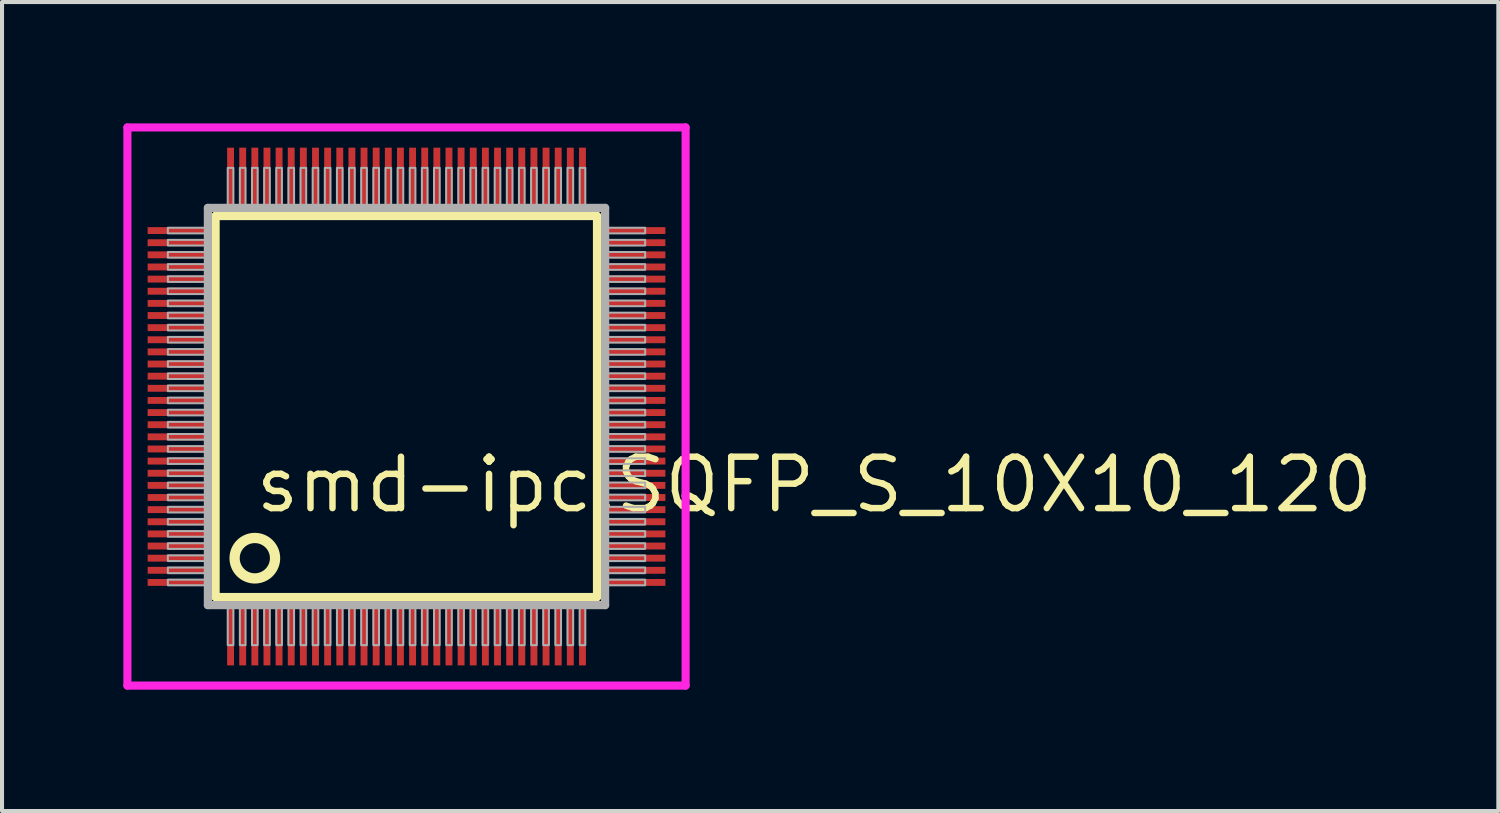
<source format=kicad_pcb>
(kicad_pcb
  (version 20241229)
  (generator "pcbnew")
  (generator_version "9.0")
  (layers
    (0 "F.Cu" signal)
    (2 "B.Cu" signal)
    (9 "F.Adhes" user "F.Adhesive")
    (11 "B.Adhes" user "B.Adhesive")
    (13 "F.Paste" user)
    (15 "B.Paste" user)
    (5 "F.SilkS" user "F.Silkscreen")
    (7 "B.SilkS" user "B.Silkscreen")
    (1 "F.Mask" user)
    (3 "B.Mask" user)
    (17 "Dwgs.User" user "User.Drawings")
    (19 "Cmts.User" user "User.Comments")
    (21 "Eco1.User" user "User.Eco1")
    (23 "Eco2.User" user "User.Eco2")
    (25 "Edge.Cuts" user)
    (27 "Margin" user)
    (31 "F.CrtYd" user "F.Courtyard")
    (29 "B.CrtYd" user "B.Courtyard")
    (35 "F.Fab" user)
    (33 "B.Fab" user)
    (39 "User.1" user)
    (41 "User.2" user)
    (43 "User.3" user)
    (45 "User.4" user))
  (footprint "smd-ipc.SQFP_S_10X10_120"
    (layer "F.Cu")
    (at 7 7)
    (property "Reference" "smd-ipc.SQFP_S_10X10_120" (at -3.81 2.675 0) (layer "F.SilkS") (effects (font (size 1.27 1.27) (thickness 0.16)) (justify left bottom)))
    (attr smd)
    (fp_line (start -4.72 -4.71) (end 4.71 -4.71) (stroke (width 0.203) (type default)) (layer "F.SilkS"))
    (fp_line (start -4.72 4.71) (end -4.72 -4.71) (stroke (width 0.203) (type default)) (layer "F.SilkS"))
    (fp_line (start 4.71 -4.71) (end 4.71 4.71) (stroke (width 0.203) (type default)) (layer "F.SilkS"))
    (fp_line (start 4.71 4.71) (end -4.72 4.71) (stroke (width 0.203) (type default)) (layer "F.SilkS"))
    (fp_circle (center -3.75 3.75) (end -3.25 3.75) (stroke (width 0.254) (type default)) (fill no) (layer "F.SilkS"))
    (fp_line (start -6.9 -6.9) (end 6.9 -6.9) (stroke (width 0.2) (type default)) (layer "F.CrtYd"))
    (fp_line (start -6.9 6.9) (end -6.9 -6.9) (stroke (width 0.2) (type default)) (layer "F.CrtYd"))
    (fp_line (start 6.9 -6.9) (end 6.9 6.9) (stroke (width 0.2) (type default)) (layer "F.CrtYd"))
    (fp_line (start 6.9 6.9) (end -6.9 6.9) (stroke (width 0.2) (type default)) (layer "F.CrtYd"))
    (fp_line (start -4.91 -4.91) (end -4.91 4.91) (stroke (width 0.203) (type default)) (layer "F.Fab"))
    (fp_line (start -4.91 4.91) (end 4.91 4.91) (stroke (width 0.203) (type default)) (layer "F.Fab"))
    (fp_line (start 4.91 -4.91) (end -4.91 -4.91) (stroke (width 0.203) (type default)) (layer "F.Fab"))
    (fp_line (start 4.91 4.91) (end 4.91 -4.91) (stroke (width 0.203) (type default)) (layer "F.Fab"))
    (fp_rect (start -5.9 -4.28) (end -4.95 -4.42) (stroke (width 0.05) (type default)) (fill no) (layer "F.Fab"))
    (fp_rect (start -5.9 -3.98) (end -4.95 -4.12) (stroke (width 0.05) (type default)) (fill no) (layer "F.Fab"))
    (fp_rect (start -5.9 -3.68) (end -4.95 -3.82) (stroke (width 0.05) (type default)) (fill no) (layer "F.Fab"))
    (fp_rect (start -5.9 -3.38) (end -4.95 -3.52) (stroke (width 0.05) (type default)) (fill no) (layer "F.Fab"))
    (fp_rect (start -5.9 -3.08) (end -4.95 -3.22) (stroke (width 0.05) (type default)) (fill no) (layer "F.Fab"))
    (fp_rect (start -5.9 -2.78) (end -4.95 -2.92) (stroke (width 0.05) (type default)) (fill no) (layer "F.Fab"))
    (fp_rect (start -5.9 -2.48) (end -4.95 -2.62) (stroke (width 0.05) (type default)) (fill no) (layer "F.Fab"))
    (fp_rect (start -5.9 -2.18) (end -4.95 -2.32) (stroke (width 0.05) (type default)) (fill no) (layer "F.Fab"))
    (fp_rect (start -5.9 -1.88) (end -4.95 -2.02) (stroke (width 0.05) (type default)) (fill no) (layer "F.Fab"))
    (fp_rect (start -5.9 -1.58) (end -4.95 -1.72) (stroke (width 0.05) (type default)) (fill no) (layer "F.Fab"))
    (fp_rect (start -5.9 -1.28) (end -4.95 -1.42) (stroke (width 0.05) (type default)) (fill no) (layer "F.Fab"))
    (fp_rect (start -5.9 -0.98) (end -4.95 -1.12) (stroke (width 0.05) (type default)) (fill no) (layer "F.Fab"))
    (fp_rect (start -5.9 -0.68) (end -4.95 -0.82) (stroke (width 0.05) (type default)) (fill no) (layer "F.Fab"))
    (fp_rect (start -5.9 -0.38) (end -4.95 -0.52) (stroke (width 0.05) (type default)) (fill no) (layer "F.Fab"))
    (fp_rect (start -5.9 -0.08) (end -4.95 -0.22) (stroke (width 0.05) (type default)) (fill no) (layer "F.Fab"))
    (fp_rect (start -5.9 0.22) (end -4.95 0.08) (stroke (width 0.05) (type default)) (fill no) (layer "F.Fab"))
    (fp_rect (start -5.9 0.52) (end -4.95 0.38) (stroke (width 0.05) (type default)) (fill no) (layer "F.Fab"))
    (fp_rect (start -5.9 0.82) (end -4.95 0.68) (stroke (width 0.05) (type default)) (fill no) (layer "F.Fab"))
    (fp_rect (start -5.9 1.12) (end -4.95 0.98) (stroke (width 0.05) (type default)) (fill no) (layer "F.Fab"))
    (fp_rect (start -5.9 1.42) (end -4.95 1.28) (stroke (width 0.05) (type default)) (fill no) (layer "F.Fab"))
    (fp_rect (start -5.9 1.72) (end -4.95 1.58) (stroke (width 0.05) (type default)) (fill no) (layer "F.Fab"))
    (fp_rect (start -5.9 2.02) (end -4.95 1.88) (stroke (width 0.05) (type default)) (fill no) (layer "F.Fab"))
    (fp_rect (start -5.9 2.32) (end -4.95 2.18) (stroke (width 0.05) (type default)) (fill no) (layer "F.Fab"))
    (fp_rect (start -5.9 2.62) (end -4.95 2.48) (stroke (width 0.05) (type default)) (fill no) (layer "F.Fab"))
    (fp_rect (start -5.9 2.92) (end -4.95 2.78) (stroke (width 0.05) (type default)) (fill no) (layer "F.Fab"))
    (fp_rect (start -5.9 3.22) (end -4.95 3.08) (stroke (width 0.05) (type default)) (fill no) (layer "F.Fab"))
    (fp_rect (start -5.9 3.52) (end -4.95 3.38) (stroke (width 0.05) (type default)) (fill no) (layer "F.Fab"))
    (fp_rect (start -5.9 3.82) (end -4.95 3.68) (stroke (width 0.05) (type default)) (fill no) (layer "F.Fab"))
    (fp_rect (start -5.9 4.12) (end -4.95 3.98) (stroke (width 0.05) (type default)) (fill no) (layer "F.Fab"))
    (fp_rect (start -5.9 4.42) (end -4.95 4.28) (stroke (width 0.05) (type default)) (fill no) (layer "F.Fab"))
    (fp_rect (start -4.42 -4.95) (end -4.28 -5.9) (stroke (width 0.05) (type default)) (fill no) (layer "F.Fab"))
    (fp_rect (start -4.42 5.9) (end -4.28 4.95) (stroke (width 0.05) (type default)) (fill no) (layer "F.Fab"))
    (fp_rect (start -4.12 -4.95) (end -3.98 -5.9) (stroke (width 0.05) (type default)) (fill no) (layer "F.Fab"))
    (fp_rect (start -4.12 5.9) (end -3.98 4.95) (stroke (width 0.05) (type default)) (fill no) (layer "F.Fab"))
    (fp_rect (start -3.82 -4.95) (end -3.68 -5.9) (stroke (width 0.05) (type default)) (fill no) (layer "F.Fab"))
    (fp_rect (start -3.82 5.9) (end -3.68 4.95) (stroke (width 0.05) (type default)) (fill no) (layer "F.Fab"))
    (fp_rect (start -3.52 -4.95) (end -3.38 -5.9) (stroke (width 0.05) (type default)) (fill no) (layer "F.Fab"))
    (fp_rect (start -3.52 5.9) (end -3.38 4.95) (stroke (width 0.05) (type default)) (fill no) (layer "F.Fab"))
    (fp_rect (start -3.22 -4.95) (end -3.08 -5.9) (stroke (width 0.05) (type default)) (fill no) (layer "F.Fab"))
    (fp_rect (start -3.22 5.9) (end -3.08 4.95) (stroke (width 0.05) (type default)) (fill no) (layer "F.Fab"))
    (fp_rect (start -2.92 -4.95) (end -2.78 -5.9) (stroke (width 0.05) (type default)) (fill no) (layer "F.Fab"))
    (fp_rect (start -2.92 5.9) (end -2.78 4.95) (stroke (width 0.05) (type default)) (fill no) (layer "F.Fab"))
    (fp_rect (start -2.62 -4.95) (end -2.48 -5.9) (stroke (width 0.05) (type default)) (fill no) (layer "F.Fab"))
    (fp_rect (start -2.62 5.9) (end -2.48 4.95) (stroke (width 0.05) (type default)) (fill no) (layer "F.Fab"))
    (fp_rect (start -2.32 -4.95) (end -2.18 -5.9) (stroke (width 0.05) (type default)) (fill no) (layer "F.Fab"))
    (fp_rect (start -2.32 5.9) (end -2.18 4.95) (stroke (width 0.05) (type default)) (fill no) (layer "F.Fab"))
    (fp_rect (start -2.02 -4.95) (end -1.88 -5.9) (stroke (width 0.05) (type default)) (fill no) (layer "F.Fab"))
    (fp_rect (start -2.02 5.9) (end -1.88 4.95) (stroke (width 0.05) (type default)) (fill no) (layer "F.Fab"))
    (fp_rect (start -1.72 -4.95) (end -1.58 -5.9) (stroke (width 0.05) (type default)) (fill no) (layer "F.Fab"))
    (fp_rect (start -1.72 5.9) (end -1.58 4.95) (stroke (width 0.05) (type default)) (fill no) (layer "F.Fab"))
    (fp_rect (start -1.42 -4.95) (end -1.28 -5.9) (stroke (width 0.05) (type default)) (fill no) (layer "F.Fab"))
    (fp_rect (start -1.42 5.9) (end -1.28 4.95) (stroke (width 0.05) (type default)) (fill no) (layer "F.Fab"))
    (fp_rect (start -1.12 -4.95) (end -0.98 -5.9) (stroke (width 0.05) (type default)) (fill no) (layer "F.Fab"))
    (fp_rect (start -1.12 5.9) (end -0.98 4.95) (stroke (width 0.05) (type default)) (fill no) (layer "F.Fab"))
    (fp_rect (start -0.82 -4.95) (end -0.68 -5.9) (stroke (width 0.05) (type default)) (fill no) (layer "F.Fab"))
    (fp_rect (start -0.82 5.9) (end -0.68 4.95) (stroke (width 0.05) (type default)) (fill no) (layer "F.Fab"))
    (fp_rect (start -0.52 -4.95) (end -0.38 -5.9) (stroke (width 0.05) (type default)) (fill no) (layer "F.Fab"))
    (fp_rect (start -0.52 5.9) (end -0.38 4.95) (stroke (width 0.05) (type default)) (fill no) (layer "F.Fab"))
    (fp_rect (start -0.22 -4.95) (end -0.08 -5.9) (stroke (width 0.05) (type default)) (fill no) (layer "F.Fab"))
    (fp_rect (start -0.22 5.9) (end -0.08 4.95) (stroke (width 0.05) (type default)) (fill no) (layer "F.Fab"))
    (fp_rect (start 0.08 -4.95) (end 0.22 -5.9) (stroke (width 0.05) (type default)) (fill no) (layer "F.Fab"))
    (fp_rect (start 0.08 5.9) (end 0.22 4.95) (stroke (width 0.05) (type default)) (fill no) (layer "F.Fab"))
    (fp_rect (start 0.38 -4.95) (end 0.52 -5.9) (stroke (width 0.05) (type default)) (fill no) (layer "F.Fab"))
    (fp_rect (start 0.38 5.9) (end 0.52 4.95) (stroke (width 0.05) (type default)) (fill no) (layer "F.Fab"))
    (fp_rect (start 0.68 -4.95) (end 0.82 -5.9) (stroke (width 0.05) (type default)) (fill no) (layer "F.Fab"))
    (fp_rect (start 0.68 5.9) (end 0.82 4.95) (stroke (width 0.05) (type default)) (fill no) (layer "F.Fab"))
    (fp_rect (start 0.98 -4.95) (end 1.12 -5.9) (stroke (width 0.05) (type default)) (fill no) (layer "F.Fab"))
    (fp_rect (start 0.98 5.9) (end 1.12 4.95) (stroke (width 0.05) (type default)) (fill no) (layer "F.Fab"))
    (fp_rect (start 1.28 -4.95) (end 1.42 -5.9) (stroke (width 0.05) (type default)) (fill no) (layer "F.Fab"))
    (fp_rect (start 1.28 5.9) (end 1.42 4.95) (stroke (width 0.05) (type default)) (fill no) (layer "F.Fab"))
    (fp_rect (start 1.58 -4.95) (end 1.72 -5.9) (stroke (width 0.05) (type default)) (fill no) (layer "F.Fab"))
    (fp_rect (start 1.58 5.9) (end 1.72 4.95) (stroke (width 0.05) (type default)) (fill no) (layer "F.Fab"))
    (fp_rect (start 1.88 -4.95) (end 2.02 -5.9) (stroke (width 0.05) (type default)) (fill no) (layer "F.Fab"))
    (fp_rect (start 1.88 5.9) (end 2.02 4.95) (stroke (width 0.05) (type default)) (fill no) (layer "F.Fab"))
    (fp_rect (start 2.18 -4.95) (end 2.32 -5.9) (stroke (width 0.05) (type default)) (fill no) (layer "F.Fab"))
    (fp_rect (start 2.18 5.9) (end 2.32 4.95) (stroke (width 0.05) (type default)) (fill no) (layer "F.Fab"))
    (fp_rect (start 2.48 -4.95) (end 2.62 -5.9) (stroke (width 0.05) (type default)) (fill no) (layer "F.Fab"))
    (fp_rect (start 2.48 5.9) (end 2.62 4.95) (stroke (width 0.05) (type default)) (fill no) (layer "F.Fab"))
    (fp_rect (start 2.78 -4.95) (end 2.92 -5.9) (stroke (width 0.05) (type default)) (fill no) (layer "F.Fab"))
    (fp_rect (start 2.78 5.9) (end 2.92 4.95) (stroke (width 0.05) (type default)) (fill no) (layer "F.Fab"))
    (fp_rect (start 3.08 -4.95) (end 3.22 -5.9) (stroke (width 0.05) (type default)) (fill no) (layer "F.Fab"))
    (fp_rect (start 3.08 5.9) (end 3.22 4.95) (stroke (width 0.05) (type default)) (fill no) (layer "F.Fab"))
    (fp_rect (start 3.38 -4.95) (end 3.52 -5.9) (stroke (width 0.05) (type default)) (fill no) (layer "F.Fab"))
    (fp_rect (start 3.38 5.9) (end 3.52 4.95) (stroke (width 0.05) (type default)) (fill no) (layer "F.Fab"))
    (fp_rect (start 3.68 -4.95) (end 3.82 -5.9) (stroke (width 0.05) (type default)) (fill no) (layer "F.Fab"))
    (fp_rect (start 3.68 5.9) (end 3.82 4.95) (stroke (width 0.05) (type default)) (fill no) (layer "F.Fab"))
    (fp_rect (start 3.98 -4.95) (end 4.12 -5.9) (stroke (width 0.05) (type default)) (fill no) (layer "F.Fab"))
    (fp_rect (start 3.98 5.9) (end 4.12 4.95) (stroke (width 0.05) (type default)) (fill no) (layer "F.Fab"))
    (fp_rect (start 4.28 -4.95) (end 4.42 -5.9) (stroke (width 0.05) (type default)) (fill no) (layer "F.Fab"))
    (fp_rect (start 4.28 5.9) (end 4.42 4.95) (stroke (width 0.05) (type default)) (fill no) (layer "F.Fab"))
    (fp_rect (start 4.95 -4.28) (end 5.9 -4.42) (stroke (width 0.05) (type default)) (fill no) (layer "F.Fab"))
    (fp_rect (start 4.95 -3.98) (end 5.9 -4.12) (stroke (width 0.05) (type default)) (fill no) (layer "F.Fab"))
    (fp_rect (start 4.95 -3.68) (end 5.9 -3.82) (stroke (width 0.05) (type default)) (fill no) (layer "F.Fab"))
    (fp_rect (start 4.95 -3.38) (end 5.9 -3.52) (stroke (width 0.05) (type default)) (fill no) (layer "F.Fab"))
    (fp_rect (start 4.95 -3.08) (end 5.9 -3.22) (stroke (width 0.05) (type default)) (fill no) (layer "F.Fab"))
    (fp_rect (start 4.95 -2.78) (end 5.9 -2.92) (stroke (width 0.05) (type default)) (fill no) (layer "F.Fab"))
    (fp_rect (start 4.95 -2.48) (end 5.9 -2.62) (stroke (width 0.05) (type default)) (fill no) (layer "F.Fab"))
    (fp_rect (start 4.95 -2.18) (end 5.9 -2.32) (stroke (width 0.05) (type default)) (fill no) (layer "F.Fab"))
    (fp_rect (start 4.95 -1.88) (end 5.9 -2.02) (stroke (width 0.05) (type default)) (fill no) (layer "F.Fab"))
    (fp_rect (start 4.95 -1.58) (end 5.9 -1.72) (stroke (width 0.05) (type default)) (fill no) (layer "F.Fab"))
    (fp_rect (start 4.95 -1.28) (end 5.9 -1.42) (stroke (width 0.05) (type default)) (fill no) (layer "F.Fab"))
    (fp_rect (start 4.95 -0.98) (end 5.9 -1.12) (stroke (width 0.05) (type default)) (fill no) (layer "F.Fab"))
    (fp_rect (start 4.95 -0.68) (end 5.9 -0.82) (stroke (width 0.05) (type default)) (fill no) (layer "F.Fab"))
    (fp_rect (start 4.95 -0.38) (end 5.9 -0.52) (stroke (width 0.05) (type default)) (fill no) (layer "F.Fab"))
    (fp_rect (start 4.95 -0.08) (end 5.9 -0.22) (stroke (width 0.05) (type default)) (fill no) (layer "F.Fab"))
    (fp_rect (start 4.95 0.22) (end 5.9 0.08) (stroke (width 0.05) (type default)) (fill no) (layer "F.Fab"))
    (fp_rect (start 4.95 0.52) (end 5.9 0.38) (stroke (width 0.05) (type default)) (fill no) (layer "F.Fab"))
    (fp_rect (start 4.95 0.82) (end 5.9 0.68) (stroke (width 0.05) (type default)) (fill no) (layer "F.Fab"))
    (fp_rect (start 4.95 1.12) (end 5.9 0.98) (stroke (width 0.05) (type default)) (fill no) (layer "F.Fab"))
    (fp_rect (start 4.95 1.42) (end 5.9 1.28) (stroke (width 0.05) (type default)) (fill no) (layer "F.Fab"))
    (fp_rect (start 4.95 1.72) (end 5.9 1.58) (stroke (width 0.05) (type default)) (fill no) (layer "F.Fab"))
    (fp_rect (start 4.95 2.02) (end 5.9 1.88) (stroke (width 0.05) (type default)) (fill no) (layer "F.Fab"))
    (fp_rect (start 4.95 2.32) (end 5.9 2.18) (stroke (width 0.05) (type default)) (fill no) (layer "F.Fab"))
    (fp_rect (start 4.95 2.62) (end 5.9 2.48) (stroke (width 0.05) (type default)) (fill no) (layer "F.Fab"))
    (fp_rect (start 4.95 2.92) (end 5.9 2.78) (stroke (width 0.05) (type default)) (fill no) (layer "F.Fab"))
    (fp_rect (start 4.95 3.22) (end 5.9 3.08) (stroke (width 0.05) (type default)) (fill no) (layer "F.Fab"))
    (fp_rect (start 4.95 3.52) (end 5.9 3.38) (stroke (width 0.05) (type default)) (fill no) (layer "F.Fab"))
    (fp_rect (start 4.95 3.82) (end 5.9 3.68) (stroke (width 0.05) (type default)) (fill no) (layer "F.Fab"))
    (fp_rect (start 4.95 4.12) (end 5.9 3.98) (stroke (width 0.05) (type default)) (fill no) (layer "F.Fab"))
    (fp_rect (start 4.95 4.42) (end 5.9 4.28) (stroke (width 0.05) (type default)) (fill no) (layer "F.Fab"))
    (pad "1" smd roundrect (at -4.35 5.6) (size 0.17 1.6) (layers "F.Cu" "F.Mask" "F.Paste") (roundrect_rratio 0.01))
    (pad "2" smd roundrect (at -4.05 5.6) (size 0.17 1.6) (layers "F.Cu" "F.Mask" "F.Paste") (roundrect_rratio 0.01))
    (pad "3" smd roundrect (at -3.75 5.6) (size 0.17 1.6) (layers "F.Cu" "F.Mask" "F.Paste") (roundrect_rratio 0.01))
    (pad "4" smd roundrect (at -3.45 5.6) (size 0.17 1.6) (layers "F.Cu" "F.Mask" "F.Paste") (roundrect_rratio 0.01))
    (pad "5" smd roundrect (at -3.15 5.6) (size 0.17 1.6) (layers "F.Cu" "F.Mask" "F.Paste") (roundrect_rratio 0.01))
    (pad "6" smd roundrect (at -2.85 5.6) (size 0.17 1.6) (layers "F.Cu" "F.Mask" "F.Paste") (roundrect_rratio 0.01))
    (pad "7" smd roundrect (at -2.55 5.6) (size 0.17 1.6) (layers "F.Cu" "F.Mask" "F.Paste") (roundrect_rratio 0.01))
    (pad "8" smd roundrect (at -2.25 5.6) (size 0.17 1.6) (layers "F.Cu" "F.Mask" "F.Paste") (roundrect_rratio 0.01))
    (pad "9" smd roundrect (at -1.95 5.6) (size 0.17 1.6) (layers "F.Cu" "F.Mask" "F.Paste") (roundrect_rratio 0.01))
    (pad "10" smd roundrect (at -1.65 5.6) (size 0.17 1.6) (layers "F.Cu" "F.Mask" "F.Paste") (roundrect_rratio 0.01))
    (pad "11" smd roundrect (at -1.35 5.6) (size 0.17 1.6) (layers "F.Cu" "F.Mask" "F.Paste") (roundrect_rratio 0.01))
    (pad "12" smd roundrect (at -1.05 5.6) (size 0.17 1.6) (layers "F.Cu" "F.Mask" "F.Paste") (roundrect_rratio 0.01))
    (pad "13" smd roundrect (at -0.75 5.6) (size 0.17 1.6) (layers "F.Cu" "F.Mask" "F.Paste") (roundrect_rratio 0.01))
    (pad "14" smd roundrect (at -0.45 5.6) (size 0.17 1.6) (layers "F.Cu" "F.Mask" "F.Paste") (roundrect_rratio 0.01))
    (pad "15" smd roundrect (at -0.15 5.6) (size 0.17 1.6) (layers "F.Cu" "F.Mask" "F.Paste") (roundrect_rratio 0.01))
    (pad "16" smd roundrect (at 0.15 5.6) (size 0.17 1.6) (layers "F.Cu" "F.Mask" "F.Paste") (roundrect_rratio 0.01))
    (pad "17" smd roundrect (at 0.45 5.6) (size 0.17 1.6) (layers "F.Cu" "F.Mask" "F.Paste") (roundrect_rratio 0.01))
    (pad "18" smd roundrect (at 0.75 5.6) (size 0.17 1.6) (layers "F.Cu" "F.Mask" "F.Paste") (roundrect_rratio 0.01))
    (pad "19" smd roundrect (at 1.05 5.6) (size 0.17 1.6) (layers "F.Cu" "F.Mask" "F.Paste") (roundrect_rratio 0.01))
    (pad "20" smd roundrect (at 1.35 5.6) (size 0.17 1.6) (layers "F.Cu" "F.Mask" "F.Paste") (roundrect_rratio 0.01))
    (pad "21" smd roundrect (at 1.65 5.6) (size 0.17 1.6) (layers "F.Cu" "F.Mask" "F.Paste") (roundrect_rratio 0.01))
    (pad "22" smd roundrect (at 1.95 5.6) (size 0.17 1.6) (layers "F.Cu" "F.Mask" "F.Paste") (roundrect_rratio 0.01))
    (pad "23" smd roundrect (at 2.25 5.6) (size 0.17 1.6) (layers "F.Cu" "F.Mask" "F.Paste") (roundrect_rratio 0.01))
    (pad "24" smd roundrect (at 2.55 5.6) (size 0.17 1.6) (layers "F.Cu" "F.Mask" "F.Paste") (roundrect_rratio 0.01))
    (pad "25" smd roundrect (at 2.85 5.6) (size 0.17 1.6) (layers "F.Cu" "F.Mask" "F.Paste") (roundrect_rratio 0.01))
    (pad "26" smd roundrect (at 3.15 5.6) (size 0.17 1.6) (layers "F.Cu" "F.Mask" "F.Paste") (roundrect_rratio 0.01))
    (pad "27" smd roundrect (at 3.45 5.6) (size 0.17 1.6) (layers "F.Cu" "F.Mask" "F.Paste") (roundrect_rratio 0.01))
    (pad "28" smd roundrect (at 3.75 5.6) (size 0.17 1.6) (layers "F.Cu" "F.Mask" "F.Paste") (roundrect_rratio 0.01))
    (pad "29" smd roundrect (at 4.05 5.6) (size 0.17 1.6) (layers "F.Cu" "F.Mask" "F.Paste") (roundrect_rratio 0.01))
    (pad "30" smd roundrect (at 4.35 5.6) (size 0.17 1.6) (layers "F.Cu" "F.Mask" "F.Paste") (roundrect_rratio 0.01))
    (pad "31" smd roundrect (at 5.6 4.35) (size 1.6 0.17) (layers "F.Cu" "F.Mask" "F.Paste") (roundrect_rratio 0.01))
    (pad "32" smd roundrect (at 5.6 4.05) (size 1.6 0.17) (layers "F.Cu" "F.Mask" "F.Paste") (roundrect_rratio 0.01))
    (pad "33" smd roundrect (at 5.6 3.75) (size 1.6 0.17) (layers "F.Cu" "F.Mask" "F.Paste") (roundrect_rratio 0.01))
    (pad "34" smd roundrect (at 5.6 3.45) (size 1.6 0.17) (layers "F.Cu" "F.Mask" "F.Paste") (roundrect_rratio 0.01))
    (pad "35" smd roundrect (at 5.6 3.15) (size 1.6 0.17) (layers "F.Cu" "F.Mask" "F.Paste") (roundrect_rratio 0.01))
    (pad "36" smd roundrect (at 5.6 2.85) (size 1.6 0.17) (layers "F.Cu" "F.Mask" "F.Paste") (roundrect_rratio 0.01))
    (pad "37" smd roundrect (at 5.6 2.55) (size 1.6 0.17) (layers "F.Cu" "F.Mask" "F.Paste") (roundrect_rratio 0.01))
    (pad "38" smd roundrect (at 5.6 2.25) (size 1.6 0.17) (layers "F.Cu" "F.Mask" "F.Paste") (roundrect_rratio 0.01))
    (pad "39" smd roundrect (at 5.6 1.95) (size 1.6 0.17) (layers "F.Cu" "F.Mask" "F.Paste") (roundrect_rratio 0.01))
    (pad "40" smd roundrect (at 5.6 1.65) (size 1.6 0.17) (layers "F.Cu" "F.Mask" "F.Paste") (roundrect_rratio 0.01))
    (pad "41" smd roundrect (at 5.6 1.35) (size 1.6 0.17) (layers "F.Cu" "F.Mask" "F.Paste") (roundrect_rratio 0.01))
    (pad "42" smd roundrect (at 5.6 1.05) (size 1.6 0.17) (layers "F.Cu" "F.Mask" "F.Paste") (roundrect_rratio 0.01))
    (pad "43" smd roundrect (at 5.6 0.75) (size 1.6 0.17) (layers "F.Cu" "F.Mask" "F.Paste") (roundrect_rratio 0.01))
    (pad "44" smd roundrect (at 5.6 0.45) (size 1.6 0.17) (layers "F.Cu" "F.Mask" "F.Paste") (roundrect_rratio 0.01))
    (pad "45" smd roundrect (at 5.6 0.15) (size 1.6 0.17) (layers "F.Cu" "F.Mask" "F.Paste") (roundrect_rratio 0.01))
    (pad "46" smd roundrect (at 5.6 -0.15) (size 1.6 0.17) (layers "F.Cu" "F.Mask" "F.Paste") (roundrect_rratio 0.01))
    (pad "47" smd roundrect (at 5.6 -0.45) (size 1.6 0.17) (layers "F.Cu" "F.Mask" "F.Paste") (roundrect_rratio 0.01))
    (pad "48" smd roundrect (at 5.6 -0.75) (size 1.6 0.17) (layers "F.Cu" "F.Mask" "F.Paste") (roundrect_rratio 0.01))
    (pad "49" smd roundrect (at 5.6 -1.05) (size 1.6 0.17) (layers "F.Cu" "F.Mask" "F.Paste") (roundrect_rratio 0.01))
    (pad "50" smd roundrect (at 5.6 -1.35) (size 1.6 0.17) (layers "F.Cu" "F.Mask" "F.Paste") (roundrect_rratio 0.01))
    (pad "51" smd roundrect (at 5.6 -1.65) (size 1.6 0.17) (layers "F.Cu" "F.Mask" "F.Paste") (roundrect_rratio 0.01))
    (pad "52" smd roundrect (at 5.6 -1.95) (size 1.6 0.17) (layers "F.Cu" "F.Mask" "F.Paste") (roundrect_rratio 0.01))
    (pad "53" smd roundrect (at 5.6 -2.25) (size 1.6 0.17) (layers "F.Cu" "F.Mask" "F.Paste") (roundrect_rratio 0.01))
    (pad "54" smd roundrect (at 5.6 -2.55) (size 1.6 0.17) (layers "F.Cu" "F.Mask" "F.Paste") (roundrect_rratio 0.01))
    (pad "55" smd roundrect (at 5.6 -2.85) (size 1.6 0.17) (layers "F.Cu" "F.Mask" "F.Paste") (roundrect_rratio 0.01))
    (pad "56" smd roundrect (at 5.6 -3.15) (size 1.6 0.17) (layers "F.Cu" "F.Mask" "F.Paste") (roundrect_rratio 0.01))
    (pad "57" smd roundrect (at 5.6 -3.45) (size 1.6 0.17) (layers "F.Cu" "F.Mask" "F.Paste") (roundrect_rratio 0.01))
    (pad "58" smd roundrect (at 5.6 -3.75) (size 1.6 0.17) (layers "F.Cu" "F.Mask" "F.Paste") (roundrect_rratio 0.01))
    (pad "59" smd roundrect (at 5.6 -4.05) (size 1.6 0.17) (layers "F.Cu" "F.Mask" "F.Paste") (roundrect_rratio 0.01))
    (pad "60" smd roundrect (at 5.6 -4.35) (size 1.6 0.17) (layers "F.Cu" "F.Mask" "F.Paste") (roundrect_rratio 0.01))
    (pad "61" smd roundrect (at 4.35 -5.6) (size 0.17 1.6) (layers "F.Cu" "F.Mask" "F.Paste") (roundrect_rratio 0.01))
    (pad "62" smd roundrect (at 4.05 -5.6) (size 0.17 1.6) (layers "F.Cu" "F.Mask" "F.Paste") (roundrect_rratio 0.01))
    (pad "63" smd roundrect (at 3.75 -5.6) (size 0.17 1.6) (layers "F.Cu" "F.Mask" "F.Paste") (roundrect_rratio 0.01))
    (pad "64" smd roundrect (at 3.45 -5.6) (size 0.17 1.6) (layers "F.Cu" "F.Mask" "F.Paste") (roundrect_rratio 0.01))
    (pad "65" smd roundrect (at 3.15 -5.6) (size 0.17 1.6) (layers "F.Cu" "F.Mask" "F.Paste") (roundrect_rratio 0.01))
    (pad "66" smd roundrect (at 2.85 -5.6) (size 0.17 1.6) (layers "F.Cu" "F.Mask" "F.Paste") (roundrect_rratio 0.01))
    (pad "67" smd roundrect (at 2.55 -5.6) (size 0.17 1.6) (layers "F.Cu" "F.Mask" "F.Paste") (roundrect_rratio 0.01))
    (pad "68" smd roundrect (at 2.25 -5.6) (size 0.17 1.6) (layers "F.Cu" "F.Mask" "F.Paste") (roundrect_rratio 0.01))
    (pad "69" smd roundrect (at 1.95 -5.6) (size 0.17 1.6) (layers "F.Cu" "F.Mask" "F.Paste") (roundrect_rratio 0.01))
    (pad "70" smd roundrect (at 1.65 -5.6) (size 0.17 1.6) (layers "F.Cu" "F.Mask" "F.Paste") (roundrect_rratio 0.01))
    (pad "71" smd roundrect (at 1.35 -5.6) (size 0.17 1.6) (layers "F.Cu" "F.Mask" "F.Paste") (roundrect_rratio 0.01))
    (pad "72" smd roundrect (at 1.05 -5.6) (size 0.17 1.6) (layers "F.Cu" "F.Mask" "F.Paste") (roundrect_rratio 0.01))
    (pad "73" smd roundrect (at 0.75 -5.6) (size 0.17 1.6) (layers "F.Cu" "F.Mask" "F.Paste") (roundrect_rratio 0.01))
    (pad "74" smd roundrect (at 0.45 -5.6) (size 0.17 1.6) (layers "F.Cu" "F.Mask" "F.Paste") (roundrect_rratio 0.01))
    (pad "75" smd roundrect (at 0.15 -5.6) (size 0.17 1.6) (layers "F.Cu" "F.Mask" "F.Paste") (roundrect_rratio 0.01))
    (pad "76" smd roundrect (at -0.15 -5.6) (size 0.17 1.6) (layers "F.Cu" "F.Mask" "F.Paste") (roundrect_rratio 0.01))
    (pad "77" smd roundrect (at -0.45 -5.6) (size 0.17 1.6) (layers "F.Cu" "F.Mask" "F.Paste") (roundrect_rratio 0.01))
    (pad "78" smd roundrect (at -0.75 -5.6) (size 0.17 1.6) (layers "F.Cu" "F.Mask" "F.Paste") (roundrect_rratio 0.01))
    (pad "79" smd roundrect (at -1.05 -5.6) (size 0.17 1.6) (layers "F.Cu" "F.Mask" "F.Paste") (roundrect_rratio 0.01))
    (pad "80" smd roundrect (at -1.35 -5.6) (size 0.17 1.6) (layers "F.Cu" "F.Mask" "F.Paste") (roundrect_rratio 0.01))
    (pad "81" smd roundrect (at -1.65 -5.6) (size 0.17 1.6) (layers "F.Cu" "F.Mask" "F.Paste") (roundrect_rratio 0.01))
    (pad "82" smd roundrect (at -1.95 -5.6) (size 0.17 1.6) (layers "F.Cu" "F.Mask" "F.Paste") (roundrect_rratio 0.01))
    (pad "83" smd roundrect (at -2.25 -5.6) (size 0.17 1.6) (layers "F.Cu" "F.Mask" "F.Paste") (roundrect_rratio 0.01))
    (pad "84" smd roundrect (at -2.55 -5.6) (size 0.17 1.6) (layers "F.Cu" "F.Mask" "F.Paste") (roundrect_rratio 0.01))
    (pad "85" smd roundrect (at -2.85 -5.6) (size 0.17 1.6) (layers "F.Cu" "F.Mask" "F.Paste") (roundrect_rratio 0.01))
    (pad "86" smd roundrect (at -3.15 -5.6) (size 0.17 1.6) (layers "F.Cu" "F.Mask" "F.Paste") (roundrect_rratio 0.01))
    (pad "87" smd roundrect (at -3.45 -5.6) (size 0.17 1.6) (layers "F.Cu" "F.Mask" "F.Paste") (roundrect_rratio 0.01))
    (pad "88" smd roundrect (at -3.75 -5.6) (size 0.17 1.6) (layers "F.Cu" "F.Mask" "F.Paste") (roundrect_rratio 0.01))
    (pad "89" smd roundrect (at -4.05 -5.6) (size 0.17 1.6) (layers "F.Cu" "F.Mask" "F.Paste") (roundrect_rratio 0.01))
    (pad "90" smd roundrect (at -4.35 -5.6) (size 0.17 1.6) (layers "F.Cu" "F.Mask" "F.Paste") (roundrect_rratio 0.01))
    (pad "91" smd roundrect (at -5.6 -4.35) (size 1.6 0.17) (layers "F.Cu" "F.Mask" "F.Paste") (roundrect_rratio 0.01))
    (pad "92" smd roundrect (at -5.6 -4.05) (size 1.6 0.17) (layers "F.Cu" "F.Mask" "F.Paste") (roundrect_rratio 0.01))
    (pad "93" smd roundrect (at -5.6 -3.75) (size 1.6 0.17) (layers "F.Cu" "F.Mask" "F.Paste") (roundrect_rratio 0.01))
    (pad "94" smd roundrect (at -5.6 -3.45) (size 1.6 0.17) (layers "F.Cu" "F.Mask" "F.Paste") (roundrect_rratio 0.01))
    (pad "95" smd roundrect (at -5.6 -3.15) (size 1.6 0.17) (layers "F.Cu" "F.Mask" "F.Paste") (roundrect_rratio 0.01))
    (pad "96" smd roundrect (at -5.6 -2.85) (size 1.6 0.17) (layers "F.Cu" "F.Mask" "F.Paste") (roundrect_rratio 0.01))
    (pad "97" smd roundrect (at -5.6 -2.55) (size 1.6 0.17) (layers "F.Cu" "F.Mask" "F.Paste") (roundrect_rratio 0.01))
    (pad "98" smd roundrect (at -5.6 -2.25) (size 1.6 0.17) (layers "F.Cu" "F.Mask" "F.Paste") (roundrect_rratio 0.01))
    (pad "99" smd roundrect (at -5.6 -1.95) (size 1.6 0.17) (layers "F.Cu" "F.Mask" "F.Paste") (roundrect_rratio 0.01))
    (pad "100" smd roundrect (at -5.6 -1.65) (size 1.6 0.17) (layers "F.Cu" "F.Mask" "F.Paste") (roundrect_rratio 0.01))
    (pad "101" smd roundrect (at -5.6 -1.35) (size 1.6 0.17) (layers "F.Cu" "F.Mask" "F.Paste") (roundrect_rratio 0.01))
    (pad "102" smd roundrect (at -5.6 -1.05) (size 1.6 0.17) (layers "F.Cu" "F.Mask" "F.Paste") (roundrect_rratio 0.01))
    (pad "103" smd roundrect (at -5.6 -0.75) (size 1.6 0.17) (layers "F.Cu" "F.Mask" "F.Paste") (roundrect_rratio 0.01))
    (pad "104" smd roundrect (at -5.6 -0.45) (size 1.6 0.17) (layers "F.Cu" "F.Mask" "F.Paste") (roundrect_rratio 0.01))
    (pad "105" smd roundrect (at -5.6 -0.15) (size 1.6 0.17) (layers "F.Cu" "F.Mask" "F.Paste") (roundrect_rratio 0.01))
    (pad "106" smd roundrect (at -5.6 0.15) (size 1.6 0.17) (layers "F.Cu" "F.Mask" "F.Paste") (roundrect_rratio 0.01))
    (pad "107" smd roundrect (at -5.6 0.45) (size 1.6 0.17) (layers "F.Cu" "F.Mask" "F.Paste") (roundrect_rratio 0.01))
    (pad "108" smd roundrect (at -5.6 0.75) (size 1.6 0.17) (layers "F.Cu" "F.Mask" "F.Paste") (roundrect_rratio 0.01))
    (pad "109" smd roundrect (at -5.6 1.05) (size 1.6 0.17) (layers "F.Cu" "F.Mask" "F.Paste") (roundrect_rratio 0.01))
    (pad "110" smd roundrect (at -5.6 1.35) (size 1.6 0.17) (layers "F.Cu" "F.Mask" "F.Paste") (roundrect_rratio 0.01))
    (pad "111" smd roundrect (at -5.6 1.65) (size 1.6 0.17) (layers "F.Cu" "F.Mask" "F.Paste") (roundrect_rratio 0.01))
    (pad "112" smd roundrect (at -5.6 1.95) (size 1.6 0.17) (layers "F.Cu" "F.Mask" "F.Paste") (roundrect_rratio 0.01))
    (pad "113" smd roundrect (at -5.6 2.25) (size 1.6 0.17) (layers "F.Cu" "F.Mask" "F.Paste") (roundrect_rratio 0.01))
    (pad "114" smd roundrect (at -5.6 2.55) (size 1.6 0.17) (layers "F.Cu" "F.Mask" "F.Paste") (roundrect_rratio 0.01))
    (pad "115" smd roundrect (at -5.6 2.85) (size 1.6 0.17) (layers "F.Cu" "F.Mask" "F.Paste") (roundrect_rratio 0.01))
    (pad "116" smd roundrect (at -5.6 3.15) (size 1.6 0.17) (layers "F.Cu" "F.Mask" "F.Paste") (roundrect_rratio 0.01))
    (pad "117" smd roundrect (at -5.6 3.45) (size 1.6 0.17) (layers "F.Cu" "F.Mask" "F.Paste") (roundrect_rratio 0.01))
    (pad "118" smd roundrect (at -5.6 3.75) (size 1.6 0.17) (layers "F.Cu" "F.Mask" "F.Paste") (roundrect_rratio 0.01))
    (pad "119" smd roundrect (at -5.6 4.05) (size 1.6 0.17) (layers "F.Cu" "F.Mask" "F.Paste") (roundrect_rratio 0.01))
    (pad "120" smd roundrect (at -5.6 4.35) (size 1.6 0.17) (layers "F.Cu" "F.Mask" "F.Paste") (roundrect_rratio 0.01)))
  (gr_rect
    (start -3 -3)
    (end 33.993 17)
    (stroke (width 0.1) (type default))
    (fill no)
    (layer "Edge.Cuts")))
</source>
